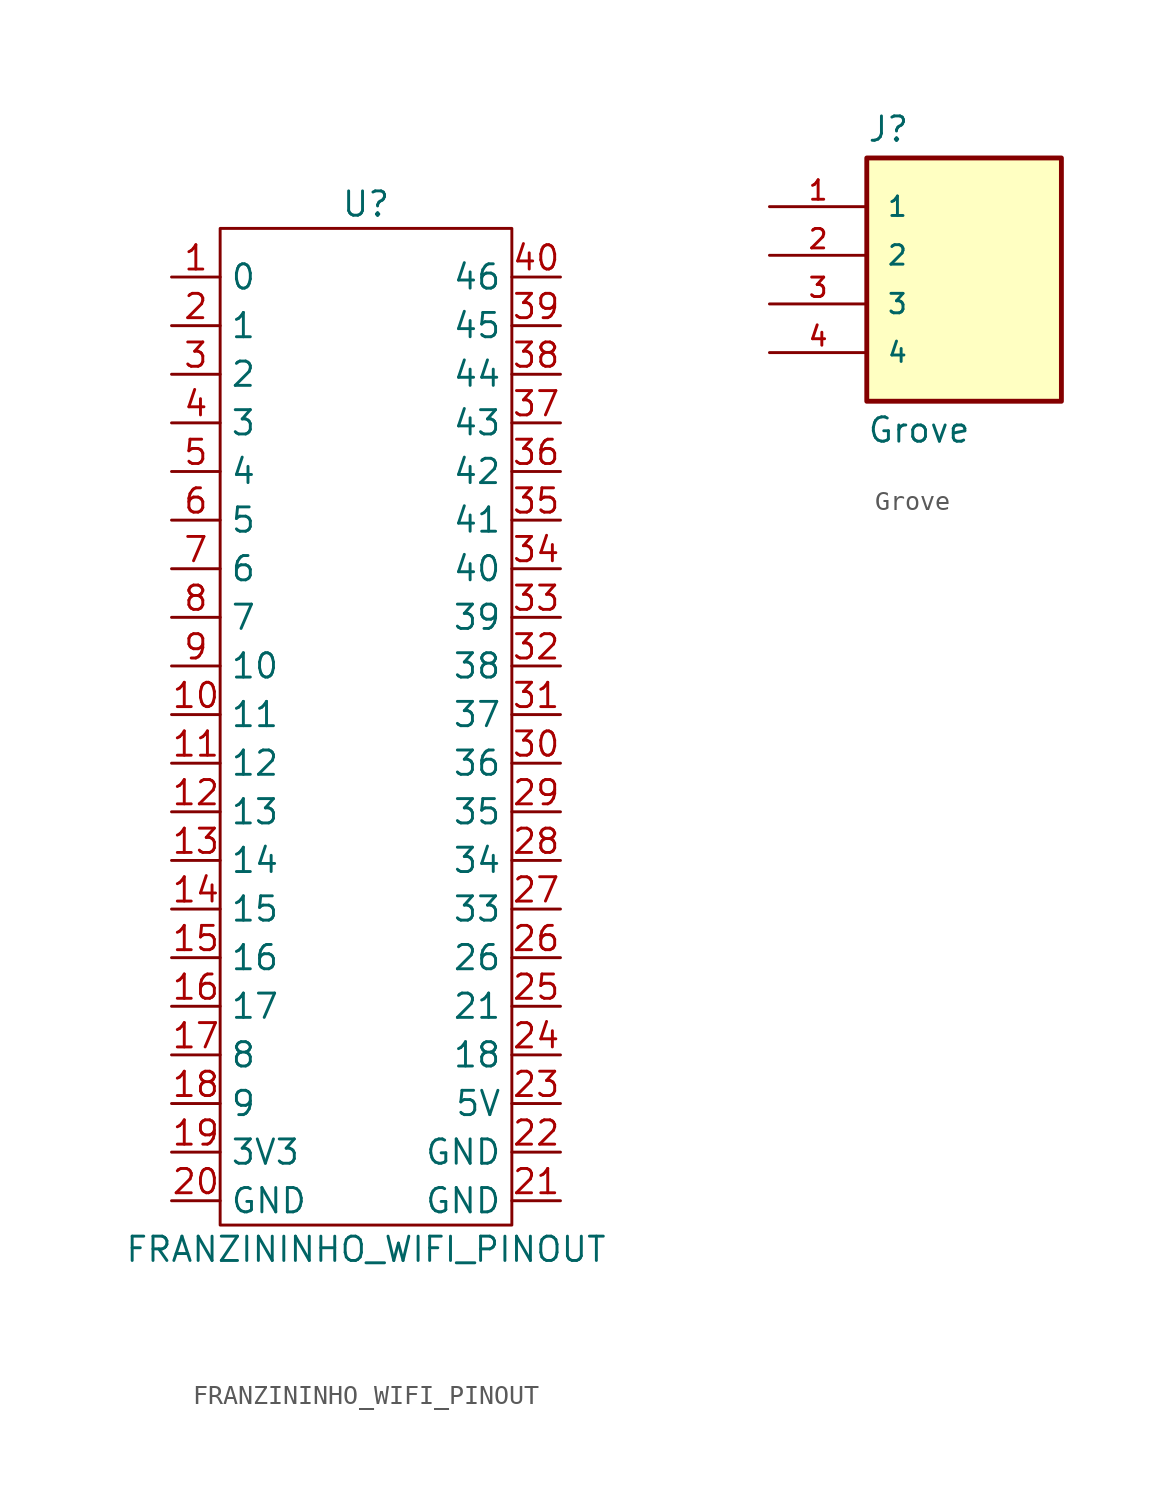
<source format=kicad_sym>
(kicad_symbol_lib
  (version 20211014)
  (generator kicad_symbol_editor)
  (symbol "FRANZININHO_WIFI_PINOUT"
    (property "Reference" "U"
      (at 0 27.94 0)
      (effects (font (size 1.27 1.27))))
    (property "Value" "FRANZININHO_WIFI_PINOUT"
      (at 0 -26.67 0)
      (effects (font (size 1.27 1.27))))
    (symbol "FRANZININHO_WIFI_PINOUT_0_1"
      (rectangle (start -7.62 26.67) (end 7.62 -25.4) (stroke (width 0) (type default) (color 0 0 0 0)) (fill (type none))))
    (symbol "FRANZININHO_WIFI_PINOUT_1_1"
      (pin bidirectional line (at -10.16 24.13 0) (length 2.54) (name "0" (effects (font (size 1.27 1.27)))) (number "1" (effects (font (size 1.27 1.27)))))
      (pin bidirectional line (at -10.16 1.27 0) (length 2.54) (name "11" (effects (font (size 1.27 1.27)))) (number "10" (effects (font (size 1.27 1.27)))))
      (pin bidirectional line (at -10.16 -1.27 0) (length 2.54) (name "12" (effects (font (size 1.27 1.27)))) (number "11" (effects (font (size 1.27 1.27)))))
      (pin bidirectional line (at -10.16 -3.81 0) (length 2.54) (name "13" (effects (font (size 1.27 1.27)))) (number "12" (effects (font (size 1.27 1.27)))))
      (pin bidirectional line (at -10.16 -6.35 0) (length 2.54) (name "14" (effects (font (size 1.27 1.27)))) (number "13" (effects (font (size 1.27 1.27)))))
      (pin bidirectional line (at -10.16 -8.89 0) (length 2.54) (name "15" (effects (font (size 1.27 1.27)))) (number "14" (effects (font (size 1.27 1.27)))))
      (pin bidirectional line (at -10.16 -11.43 0) (length 2.54) (name "16" (effects (font (size 1.27 1.27)))) (number "15" (effects (font (size 1.27 1.27)))))
      (pin bidirectional line (at -10.16 -13.97 0) (length 2.54) (name "17" (effects (font (size 1.27 1.27)))) (number "16" (effects (font (size 1.27 1.27)))))
      (pin bidirectional line (at -10.16 -16.51 0) (length 2.54) (name "8" (effects (font (size 1.27 1.27)))) (number "17" (effects (font (size 1.27 1.27)))))
      (pin bidirectional line (at -10.16 -19.05 0) (length 2.54) (name "9" (effects (font (size 1.27 1.27)))) (number "18" (effects (font (size 1.27 1.27)))))
      (pin power_out line (at -10.16 -21.59 0) (length 2.54) (name "3V3" (effects (font (size 1.27 1.27)))) (number "19" (effects (font (size 1.27 1.27)))))
      (pin bidirectional line (at -10.16 21.59 0) (length 2.54) (name "1" (effects (font (size 1.27 1.27)))) (number "2" (effects (font (size 1.27 1.27)))))
      (pin power_out line (at -10.16 -24.13 0) (length 2.54) (name "GND" (effects (font (size 1.27 1.27)))) (number "20" (effects (font (size 1.27 1.27)))))
      (pin power_out line (at 10.16 -24.13 180) (length 2.54) (name "GND" (effects (font (size 1.27 1.27)))) (number "21" (effects (font (size 1.27 1.27)))))
      (pin power_out line (at 10.16 -21.59 180) (length 2.54) (name "GND" (effects (font (size 1.27 1.27)))) (number "22" (effects (font (size 1.27 1.27)))))
      (pin power_out line (at 10.16 -19.05 180) (length 2.54) (name "5V" (effects (font (size 1.27 1.27)))) (number "23" (effects (font (size 1.27 1.27)))))
      (pin bidirectional line (at 10.16 -16.51 180) (length 2.54) (name "18" (effects (font (size 1.27 1.27)))) (number "24" (effects (font (size 1.27 1.27)))))
      (pin bidirectional line (at 10.16 -13.97 180) (length 2.54) (name "21" (effects (font (size 1.27 1.27)))) (number "25" (effects (font (size 1.27 1.27)))))
      (pin bidirectional line (at 10.16 -11.43 180) (length 2.54) (name "26" (effects (font (size 1.27 1.27)))) (number "26" (effects (font (size 1.27 1.27)))))
      (pin bidirectional line (at 10.16 -8.89 180) (length 2.54) (name "33" (effects (font (size 1.27 1.27)))) (number "27" (effects (font (size 1.27 1.27)))))
      (pin bidirectional line (at 10.16 -6.35 180) (length 2.54) (name "34" (effects (font (size 1.27 1.27)))) (number "28" (effects (font (size 1.27 1.27)))))
      (pin bidirectional line (at 10.16 -3.81 180) (length 2.54) (name "35" (effects (font (size 1.27 1.27)))) (number "29" (effects (font (size 1.27 1.27)))))
      (pin bidirectional line (at -10.16 19.05 0) (length 2.54) (name "2" (effects (font (size 1.27 1.27)))) (number "3" (effects (font (size 1.27 1.27)))))
      (pin bidirectional line (at 10.16 -1.27 180) (length 2.54) (name "36" (effects (font (size 1.27 1.27)))) (number "30" (effects (font (size 1.27 1.27)))))
      (pin bidirectional line (at 10.16 1.27 180) (length 2.54) (name "37" (effects (font (size 1.27 1.27)))) (number "31" (effects (font (size 1.27 1.27)))))
      (pin bidirectional line (at 10.16 3.81 180) (length 2.54) (name "38" (effects (font (size 1.27 1.27)))) (number "32" (effects (font (size 1.27 1.27)))))
      (pin bidirectional line (at 10.16 6.35 180) (length 2.54) (name "39" (effects (font (size 1.27 1.27)))) (number "33" (effects (font (size 1.27 1.27)))))
      (pin bidirectional line (at 10.16 8.89 180) (length 2.54) (name "40" (effects (font (size 1.27 1.27)))) (number "34" (effects (font (size 1.27 1.27)))))
      (pin bidirectional line (at 10.16 11.43 180) (length 2.54) (name "41" (effects (font (size 1.27 1.27)))) (number "35" (effects (font (size 1.27 1.27)))))
      (pin bidirectional line (at 10.16 13.97 180) (length 2.54) (name "42" (effects (font (size 1.27 1.27)))) (number "36" (effects (font (size 1.27 1.27)))))
      (pin bidirectional line (at 10.16 16.51 180) (length 2.54) (name "43" (effects (font (size 1.27 1.27)))) (number "37" (effects (font (size 1.27 1.27)))))
      (pin bidirectional line (at 10.16 19.05 180) (length 2.54) (name "44" (effects (font (size 1.27 1.27)))) (number "38" (effects (font (size 1.27 1.27)))))
      (pin bidirectional line (at 10.16 21.59 180) (length 2.54) (name "45" (effects (font (size 1.27 1.27)))) (number "39" (effects (font (size 1.27 1.27)))))
      (pin bidirectional line (at -10.16 16.51 0) (length 2.54) (name "3" (effects (font (size 1.27 1.27)))) (number "4" (effects (font (size 1.27 1.27)))))
      (pin input line (at 10.16 24.13 180) (length 2.54) (name "46" (effects (font (size 1.27 1.27)))) (number "40" (effects (font (size 1.27 1.27)))))
      (pin bidirectional line (at -10.16 13.97 0) (length 2.54) (name "4" (effects (font (size 1.27 1.27)))) (number "5" (effects (font (size 1.27 1.27)))))
      (pin bidirectional line (at -10.16 11.43 0) (length 2.54) (name "5" (effects (font (size 1.27 1.27)))) (number "6" (effects (font (size 1.27 1.27)))))
      (pin bidirectional line (at -10.16 8.89 0) (length 2.54) (name "6" (effects (font (size 1.27 1.27)))) (number "7" (effects (font (size 1.27 1.27)))))
      (pin bidirectional line (at -10.16 6.35 0) (length 2.54) (name "7" (effects (font (size 1.27 1.27)))) (number "8" (effects (font (size 1.27 1.27)))))
      (pin bidirectional line (at -10.16 3.81 0) (length 2.54) (name "10" (effects (font (size 1.27 1.27)))) (number "9" (effects (font (size 1.27 1.27)))))))
  (symbol "Grove"
    (pin_names
      (offset 1.016))
    (property "Reference" "J"
      (at -5.08 5.842 0)
      (effects (font (size 1.27 1.27)) (justify left bottom)))
    (property "Value" "Grove"
      (at -5.08 -8.382 0)
      (effects (font (size 1.27 1.27)) (justify left top)))
    (symbol "Grove_0_0"
      (rectangle (start -5.08 -7.62) (end 5.08 5.08) (stroke (width 0.254) (type default) (color 0 0 0 0)) (fill (type background)))
      (pin passive line (at -10.16 2.54 0) (length 5.08) (name "1" (effects (font (size 1.016 1.016)))) (number "1" (effects (font (size 1.016 1.016)))))
      (pin passive line (at -10.16 0 0) (length 5.08) (name "2" (effects (font (size 1.016 1.016)))) (number "2" (effects (font (size 1.016 1.016)))))
      (pin passive line (at -10.16 -2.54 0) (length 5.08) (name "3" (effects (font (size 1.016 1.016)))) (number "3" (effects (font (size 1.016 1.016)))))
      (pin passive line (at -10.16 -5.08 0) (length 5.08) (name "4" (effects (font (size 1.016 1.016)))) (number "4" (effects (font (size 1.016 1.016))))))))
</source>
